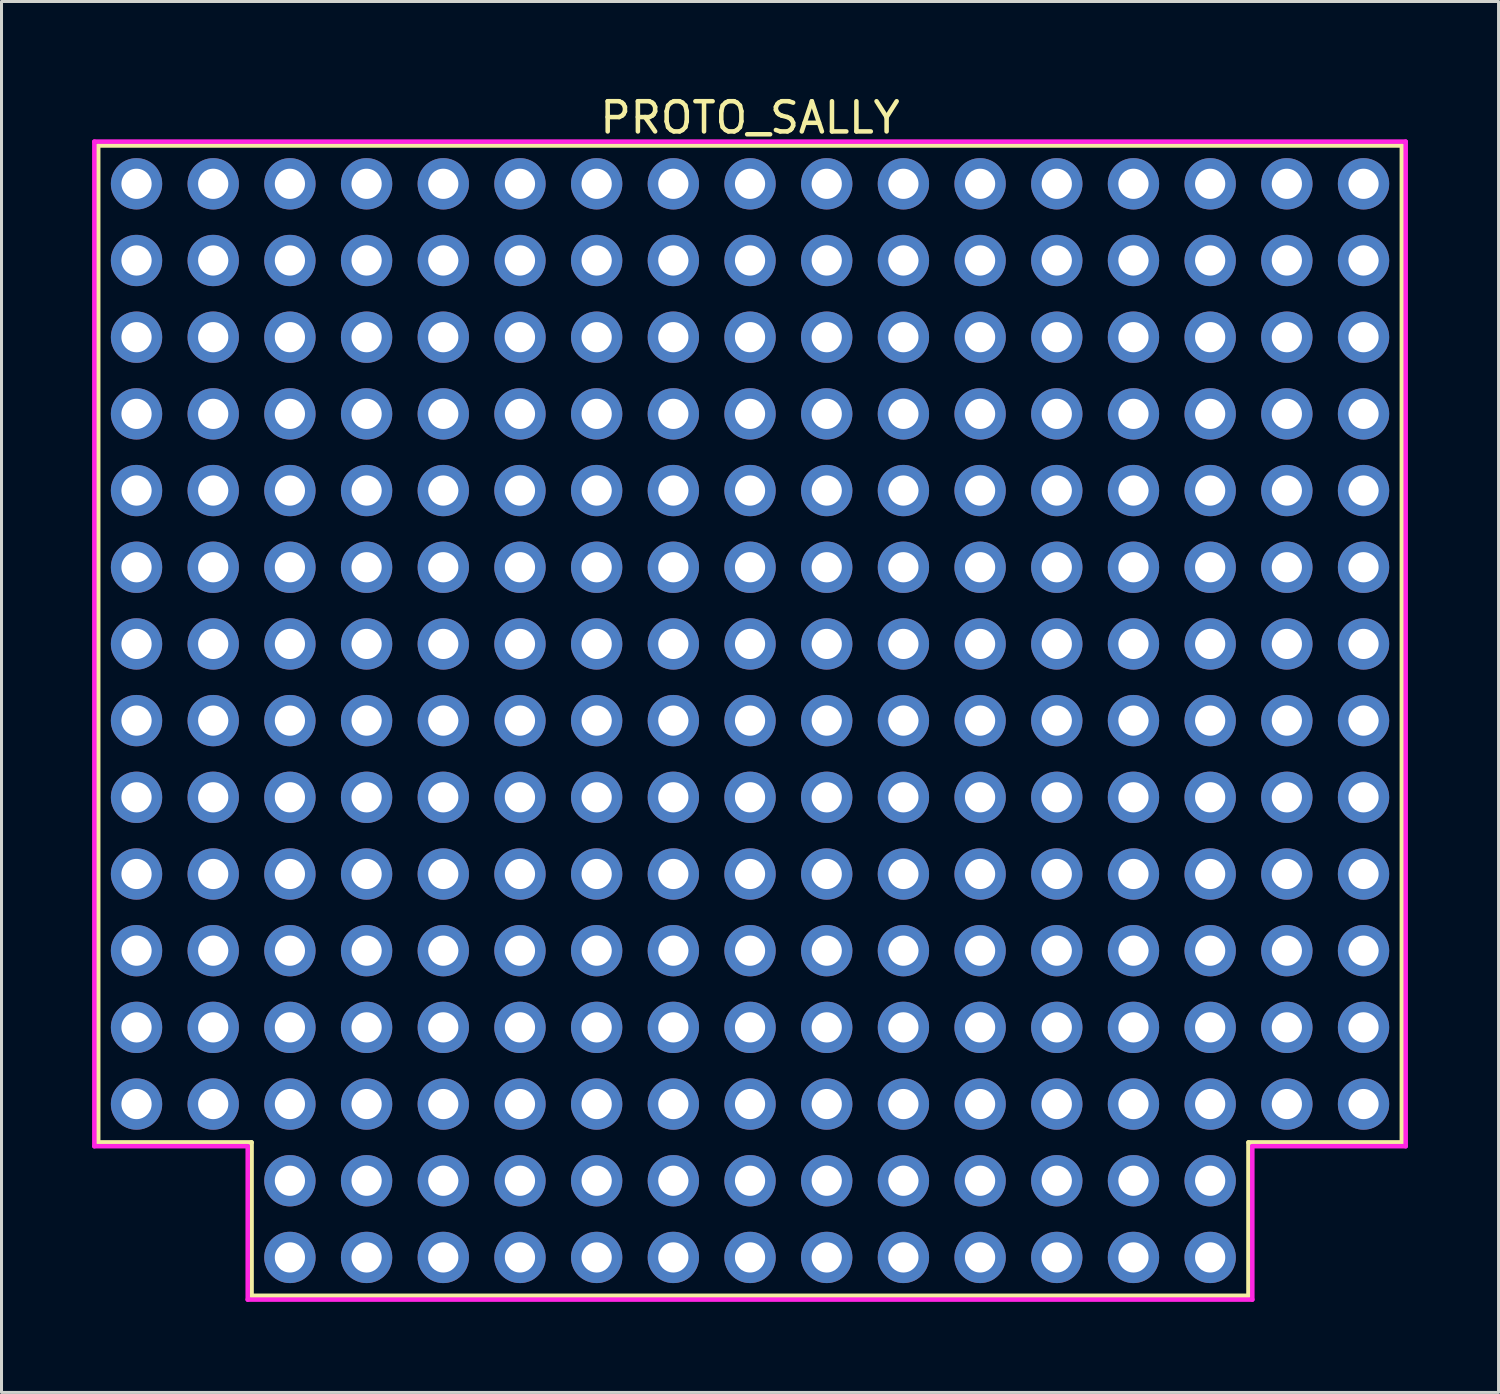
<source format=kicad_pcb>
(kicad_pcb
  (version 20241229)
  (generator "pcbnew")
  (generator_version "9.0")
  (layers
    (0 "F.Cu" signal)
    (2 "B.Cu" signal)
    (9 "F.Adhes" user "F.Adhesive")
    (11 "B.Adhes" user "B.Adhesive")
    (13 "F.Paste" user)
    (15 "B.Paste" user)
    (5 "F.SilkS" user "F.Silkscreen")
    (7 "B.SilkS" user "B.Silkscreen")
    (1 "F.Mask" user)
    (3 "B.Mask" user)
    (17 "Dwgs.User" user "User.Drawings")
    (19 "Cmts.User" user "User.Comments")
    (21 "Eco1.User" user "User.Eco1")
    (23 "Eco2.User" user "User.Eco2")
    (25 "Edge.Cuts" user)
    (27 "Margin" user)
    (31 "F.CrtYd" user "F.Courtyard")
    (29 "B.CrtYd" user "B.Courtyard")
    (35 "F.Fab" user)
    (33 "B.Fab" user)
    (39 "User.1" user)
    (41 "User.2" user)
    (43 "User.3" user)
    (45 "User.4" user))
  (footprint "PROTO_SALLY"
    (layer "F.Cu")
    (at 21.792 20.818)
    (property "Reference" "PROTO_SALLY" (at 0 -19.97 180) (layer "F.SilkS") (effects (font (size 1 1) (thickness 0.15))))
    (attr through_hole)
    (fp_line (start -21.59 -19.05) (end 21.59 -19.05) (stroke (width 0.15) (type solid)) (layer "F.SilkS"))
    (fp_line (start -21.59 13.97) (end -21.59 -19.05) (stroke (width 0.15) (type solid)) (layer "F.SilkS"))
    (fp_line (start -16.51 13.97) (end -21.59 13.97) (stroke (width 0.15) (type solid)) (layer "F.SilkS"))
    (fp_line (start -16.51 19.05) (end -16.51 13.97) (stroke (width 0.15) (type solid)) (layer "F.SilkS"))
    (fp_line (start 16.51 13.97) (end 16.51 19.05) (stroke (width 0.15) (type solid)) (layer "F.SilkS"))
    (fp_line (start 16.51 19.05) (end -16.51 19.05) (stroke (width 0.15) (type solid)) (layer "F.SilkS"))
    (fp_line (start 21.59 -19.05) (end 21.59 13.97) (stroke (width 0.15) (type solid)) (layer "F.SilkS"))
    (fp_line (start 21.59 13.97) (end 16.51 13.97) (stroke (width 0.15) (type solid)) (layer "F.SilkS"))
    (fp_line (start -21.717 -19.177) (end 21.717 -19.177) (stroke (width 0.15) (type solid)) (layer "F.CrtYd"))
    (fp_line (start -21.717 14.097) (end -21.717 -19.177) (stroke (width 0.15) (type solid)) (layer "F.CrtYd"))
    (fp_line (start -16.637 14.097) (end -21.717 14.097) (stroke (width 0.15) (type solid)) (layer "F.CrtYd"))
    (fp_line (start -16.637 19.177) (end -16.637 14.097) (stroke (width 0.15) (type solid)) (layer "F.CrtYd"))
    (fp_line (start 16.637 14.097) (end 16.637 19.177) (stroke (width 0.15) (type solid)) (layer "F.CrtYd"))
    (fp_line (start 16.637 19.177) (end -16.637 19.177) (stroke (width 0.15) (type solid)) (layer "F.CrtYd"))
    (fp_line (start 21.717 -19.177) (end 21.717 14.097) (stroke (width 0.15) (type solid)) (layer "F.CrtYd"))
    (fp_line (start 21.717 14.097) (end 16.637 14.097) (stroke (width 0.15) (type solid)) (layer "F.CrtYd"))
    (pad "" thru_hole circle (at -20.32 -5.08) (size 1.7 1.7) (drill 1) (layers "*.Cu" "*.Mask"))
    (pad "" thru_hole circle (at -20.32 -2.54) (size 1.7 1.7) (drill 1) (layers "*.Cu" "*.Mask"))
    (pad "" thru_hole circle (at -20.32 0) (size 1.7 1.7) (drill 1) (layers "*.Cu" "*.Mask"))
    (pad "" thru_hole circle (at -20.32 2.54) (size 1.7 1.7) (drill 1) (layers "*.Cu" "*.Mask"))
    (pad "" thru_hole circle (at -20.32 5.08) (size 1.7 1.7) (drill 1) (layers "*.Cu" "*.Mask"))
    (pad "" thru_hole circle (at -20.32 7.62) (size 1.7 1.7) (drill 1) (layers "*.Cu" "*.Mask"))
    (pad "" thru_hole circle (at -20.32 10.16) (size 1.7 1.7) (drill 1) (layers "*.Cu" "*.Mask"))
    (pad "" thru_hole circle (at -20.32 12.7) (size 1.7 1.7) (drill 1) (layers "*.Cu" "*.Mask"))
    (pad "" thru_hole circle (at -17.78 -15.24) (size 1.7 1.7) (drill 1) (layers "*.Cu" "*.Mask"))
    (pad "" thru_hole circle (at -17.78 -12.7) (size 1.7 1.7) (drill 1) (layers "*.Cu" "*.Mask"))
    (pad "" thru_hole circle (at -17.78 -10.16) (size 1.7 1.7) (drill 1) (layers "*.Cu" "*.Mask"))
    (pad "" thru_hole circle (at -17.78 -7.62) (size 1.7 1.7) (drill 1) (layers "*.Cu" "*.Mask"))
    (pad "" thru_hole circle (at -17.78 -5.08) (size 1.7 1.7) (drill 1) (layers "*.Cu" "*.Mask"))
    (pad "" thru_hole circle (at -17.78 -2.54) (size 1.7 1.7) (drill 1) (layers "*.Cu" "*.Mask"))
    (pad "" thru_hole circle (at -17.78 0) (size 1.7 1.7) (drill 1) (layers "*.Cu" "*.Mask"))
    (pad "" thru_hole circle (at -17.78 2.54) (size 1.7 1.7) (drill 1) (layers "*.Cu" "*.Mask"))
    (pad "" thru_hole circle (at -17.78 5.08) (size 1.7 1.7) (drill 1) (layers "*.Cu" "*.Mask"))
    (pad "" thru_hole circle (at -17.78 7.62) (size 1.7 1.7) (drill 1) (layers "*.Cu" "*.Mask"))
    (pad "" thru_hole circle (at -17.78 10.16) (size 1.7 1.7) (drill 1) (layers "*.Cu" "*.Mask"))
    (pad "" thru_hole circle (at -17.78 12.7) (size 1.7 1.7) (drill 1) (layers "*.Cu" "*.Mask"))
    (pad "" thru_hole circle (at -15.24 -15.24) (size 1.7 1.7) (drill 1) (layers "*.Cu" "*.Mask"))
    (pad "" thru_hole circle (at -15.24 -12.7) (size 1.7 1.7) (drill 1) (layers "*.Cu" "*.Mask"))
    (pad "" thru_hole circle (at -15.24 -10.16) (size 1.7 1.7) (drill 1) (layers "*.Cu" "*.Mask"))
    (pad "" thru_hole circle (at -15.24 -7.62) (size 1.7 1.7) (drill 1) (layers "*.Cu" "*.Mask"))
    (pad "" thru_hole circle (at -15.24 -5.08) (size 1.7 1.7) (drill 1) (layers "*.Cu" "*.Mask"))
    (pad "" thru_hole circle (at -15.24 -2.54) (size 1.7 1.7) (drill 1) (layers "*.Cu" "*.Mask"))
    (pad "" thru_hole circle (at -15.24 0) (size 1.7 1.7) (drill 1) (layers "*.Cu" "*.Mask"))
    (pad "" thru_hole circle (at -15.24 2.54) (size 1.7 1.7) (drill 1) (layers "*.Cu" "*.Mask"))
    (pad "" thru_hole circle (at -15.24 5.08) (size 1.7 1.7) (drill 1) (layers "*.Cu" "*.Mask"))
    (pad "" thru_hole circle (at -15.24 7.62) (size 1.7 1.7) (drill 1) (layers "*.Cu" "*.Mask"))
    (pad "" thru_hole circle (at -15.24 10.16) (size 1.7 1.7) (drill 1) (layers "*.Cu" "*.Mask"))
    (pad "" thru_hole circle (at -15.24 12.7) (size 1.7 1.7) (drill 1) (layers "*.Cu" "*.Mask"))
    (pad "" thru_hole circle (at -15.24 15.24) (size 1.7 1.7) (drill 1) (layers "*.Cu" "*.Mask"))
    (pad "" thru_hole circle (at -15.24 17.78) (size 1.7 1.7) (drill 1) (layers "*.Cu" "*.Mask"))
    (pad "" thru_hole circle (at -12.7 -15.24) (size 1.7 1.7) (drill 1) (layers "*.Cu" "*.Mask"))
    (pad "" thru_hole circle (at -12.7 -12.7) (size 1.7 1.7) (drill 1) (layers "*.Cu" "*.Mask"))
    (pad "" thru_hole circle (at -12.7 -10.16) (size 1.7 1.7) (drill 1) (layers "*.Cu" "*.Mask"))
    (pad "" thru_hole circle (at -12.7 -7.62) (size 1.7 1.7) (drill 1) (layers "*.Cu" "*.Mask"))
    (pad "" thru_hole circle (at -12.7 -5.08) (size 1.7 1.7) (drill 1) (layers "*.Cu" "*.Mask"))
    (pad "" thru_hole circle (at -12.7 -2.54) (size 1.7 1.7) (drill 1) (layers "*.Cu" "*.Mask"))
    (pad "" thru_hole circle (at -12.7 0) (size 1.7 1.7) (drill 1) (layers "*.Cu" "*.Mask"))
    (pad "" thru_hole circle (at -12.7 2.54) (size 1.7 1.7) (drill 1) (layers "*.Cu" "*.Mask"))
    (pad "" thru_hole circle (at -12.7 5.08) (size 1.7 1.7) (drill 1) (layers "*.Cu" "*.Mask"))
    (pad "" thru_hole circle (at -12.7 7.62) (size 1.7 1.7) (drill 1) (layers "*.Cu" "*.Mask"))
    (pad "" thru_hole circle (at -12.7 10.16) (size 1.7 1.7) (drill 1) (layers "*.Cu" "*.Mask"))
    (pad "" thru_hole circle (at -12.7 12.7) (size 1.7 1.7) (drill 1) (layers "*.Cu" "*.Mask"))
    (pad "" thru_hole circle (at -12.7 15.24) (size 1.7 1.7) (drill 1) (layers "*.Cu" "*.Mask"))
    (pad "" thru_hole circle (at -12.7 17.78) (size 1.7 1.7) (drill 1) (layers "*.Cu" "*.Mask"))
    (pad "" thru_hole circle (at -10.16 -15.24) (size 1.7 1.7) (drill 1) (layers "*.Cu" "*.Mask"))
    (pad "" thru_hole circle (at -10.16 -12.7) (size 1.7 1.7) (drill 1) (layers "*.Cu" "*.Mask"))
    (pad "" thru_hole circle (at -10.16 -10.16) (size 1.7 1.7) (drill 1) (layers "*.Cu" "*.Mask"))
    (pad "" thru_hole circle (at -10.16 -7.62) (size 1.7 1.7) (drill 1) (layers "*.Cu" "*.Mask"))
    (pad "" thru_hole circle (at -10.16 -5.08) (size 1.7 1.7) (drill 1) (layers "*.Cu" "*.Mask"))
    (pad "" thru_hole circle (at -10.16 -2.54) (size 1.7 1.7) (drill 1) (layers "*.Cu" "*.Mask"))
    (pad "" thru_hole circle (at -10.16 0) (size 1.7 1.7) (drill 1) (layers "*.Cu" "*.Mask"))
    (pad "" thru_hole circle (at -10.16 2.54) (size 1.7 1.7) (drill 1) (layers "*.Cu" "*.Mask"))
    (pad "" thru_hole circle (at -10.16 5.08) (size 1.7 1.7) (drill 1) (layers "*.Cu" "*.Mask"))
    (pad "" thru_hole circle (at -10.16 7.62) (size 1.7 1.7) (drill 1) (layers "*.Cu" "*.Mask"))
    (pad "" thru_hole circle (at -10.16 10.16) (size 1.7 1.7) (drill 1) (layers "*.Cu" "*.Mask"))
    (pad "" thru_hole circle (at -10.16 12.7) (size 1.7 1.7) (drill 1) (layers "*.Cu" "*.Mask"))
    (pad "" thru_hole circle (at -10.16 15.24) (size 1.7 1.7) (drill 1) (layers "*.Cu" "*.Mask"))
    (pad "" thru_hole circle (at -10.16 17.78) (size 1.7 1.7) (drill 1) (layers "*.Cu" "*.Mask"))
    (pad "" thru_hole circle (at -7.62 -15.24) (size 1.7 1.7) (drill 1) (layers "*.Cu" "*.Mask"))
    (pad "" thru_hole circle (at -7.62 -12.7) (size 1.7 1.7) (drill 1) (layers "*.Cu" "*.Mask"))
    (pad "" thru_hole circle (at -7.62 -10.16) (size 1.7 1.7) (drill 1) (layers "*.Cu" "*.Mask"))
    (pad "" thru_hole circle (at -7.62 -7.62) (size 1.7 1.7) (drill 1) (layers "*.Cu" "*.Mask"))
    (pad "" thru_hole circle (at -7.62 -5.08) (size 1.7 1.7) (drill 1) (layers "*.Cu" "*.Mask"))
    (pad "" thru_hole circle (at -7.62 -2.54) (size 1.7 1.7) (drill 1) (layers "*.Cu" "*.Mask"))
    (pad "" thru_hole circle (at -7.62 0) (size 1.7 1.7) (drill 1) (layers "*.Cu" "*.Mask"))
    (pad "" thru_hole circle (at -7.62 2.54) (size 1.7 1.7) (drill 1) (layers "*.Cu" "*.Mask"))
    (pad "" thru_hole circle (at -7.62 5.08) (size 1.7 1.7) (drill 1) (layers "*.Cu" "*.Mask"))
    (pad "" thru_hole circle (at -7.62 7.62) (size 1.7 1.7) (drill 1) (layers "*.Cu" "*.Mask"))
    (pad "" thru_hole circle (at -7.62 10.16) (size 1.7 1.7) (drill 1) (layers "*.Cu" "*.Mask"))
    (pad "" thru_hole circle (at -7.62 12.7) (size 1.7 1.7) (drill 1) (layers "*.Cu" "*.Mask"))
    (pad "" thru_hole circle (at -7.62 15.24) (size 1.7 1.7) (drill 1) (layers "*.Cu" "*.Mask"))
    (pad "" thru_hole circle (at -7.62 17.78) (size 1.7 1.7) (drill 1) (layers "*.Cu" "*.Mask"))
    (pad "" thru_hole circle (at -5.08 -15.24) (size 1.7 1.7) (drill 1) (layers "*.Cu" "*.Mask"))
    (pad "" thru_hole circle (at -5.08 -12.7) (size 1.7 1.7) (drill 1) (layers "*.Cu" "*.Mask"))
    (pad "" thru_hole circle (at -5.08 -10.16) (size 1.7 1.7) (drill 1) (layers "*.Cu" "*.Mask"))
    (pad "" thru_hole circle (at -5.08 -7.62) (size 1.7 1.7) (drill 1) (layers "*.Cu" "*.Mask"))
    (pad "" thru_hole circle (at -5.08 -5.08) (size 1.7 1.7) (drill 1) (layers "*.Cu" "*.Mask"))
    (pad "" thru_hole circle (at -5.08 -2.54) (size 1.7 1.7) (drill 1) (layers "*.Cu" "*.Mask"))
    (pad "" thru_hole circle (at -5.08 0) (size 1.7 1.7) (drill 1) (layers "*.Cu" "*.Mask"))
    (pad "" thru_hole circle (at -5.08 2.54) (size 1.7 1.7) (drill 1) (layers "*.Cu" "*.Mask"))
    (pad "" thru_hole circle (at -5.08 5.08) (size 1.7 1.7) (drill 1) (layers "*.Cu" "*.Mask"))
    (pad "" thru_hole circle (at -5.08 7.62) (size 1.7 1.7) (drill 1) (layers "*.Cu" "*.Mask"))
    (pad "" thru_hole circle (at -5.08 10.16) (size 1.7 1.7) (drill 1) (layers "*.Cu" "*.Mask"))
    (pad "" thru_hole circle (at -5.08 12.7) (size 1.7 1.7) (drill 1) (layers "*.Cu" "*.Mask"))
    (pad "" thru_hole circle (at -5.08 15.24) (size 1.7 1.7) (drill 1) (layers "*.Cu" "*.Mask"))
    (pad "" thru_hole circle (at -5.08 17.78) (size 1.7 1.7) (drill 1) (layers "*.Cu" "*.Mask"))
    (pad "" thru_hole circle (at -2.54 -15.24) (size 1.7 1.7) (drill 1) (layers "*.Cu" "*.Mask"))
    (pad "" thru_hole circle (at -2.54 -12.7) (size 1.7 1.7) (drill 1) (layers "*.Cu" "*.Mask"))
    (pad "" thru_hole circle (at -2.54 -10.16) (size 1.7 1.7) (drill 1) (layers "*.Cu" "*.Mask"))
    (pad "" thru_hole circle (at -2.54 -7.62) (size 1.7 1.7) (drill 1) (layers "*.Cu" "*.Mask"))
    (pad "" thru_hole circle (at -2.54 -5.08) (size 1.7 1.7) (drill 1) (layers "*.Cu" "*.Mask"))
    (pad "" thru_hole circle (at -2.54 -2.54) (size 1.7 1.7) (drill 1) (layers "*.Cu" "*.Mask"))
    (pad "" thru_hole circle (at -2.54 0) (size 1.7 1.7) (drill 1) (layers "*.Cu" "*.Mask"))
    (pad "" thru_hole circle (at -2.54 2.54) (size 1.7 1.7) (drill 1) (layers "*.Cu" "*.Mask"))
    (pad "" thru_hole circle (at -2.54 5.08) (size 1.7 1.7) (drill 1) (layers "*.Cu" "*.Mask"))
    (pad "" thru_hole circle (at -2.54 7.62) (size 1.7 1.7) (drill 1) (layers "*.Cu" "*.Mask"))
    (pad "" thru_hole circle (at -2.54 10.16) (size 1.7 1.7) (drill 1) (layers "*.Cu" "*.Mask"))
    (pad "" thru_hole circle (at -2.54 12.7) (size 1.7 1.7) (drill 1) (layers "*.Cu" "*.Mask"))
    (pad "" thru_hole circle (at -2.54 15.24) (size 1.7 1.7) (drill 1) (layers "*.Cu" "*.Mask"))
    (pad "" thru_hole circle (at -2.54 17.78) (size 1.7 1.7) (drill 1) (layers "*.Cu" "*.Mask"))
    (pad "" thru_hole circle (at 0 -15.24) (size 1.7 1.7) (drill 1) (layers "*.Cu" "*.Mask"))
    (pad "" thru_hole circle (at 0 -12.7) (size 1.7 1.7) (drill 1) (layers "*.Cu" "*.Mask"))
    (pad "" thru_hole circle (at 0 -10.16) (size 1.7 1.7) (drill 1) (layers "*.Cu" "*.Mask"))
    (pad "" thru_hole circle (at 0 -7.62) (size 1.7 1.7) (drill 1) (layers "*.Cu" "*.Mask"))
    (pad "" thru_hole circle (at 0 -5.08) (size 1.7 1.7) (drill 1) (layers "*.Cu" "*.Mask"))
    (pad "" thru_hole circle (at 0 -2.54) (size 1.7 1.7) (drill 1) (layers "*.Cu" "*.Mask"))
    (pad "" thru_hole circle (at 0 0) (size 1.7 1.7) (drill 1) (layers "*.Cu" "*.Mask"))
    (pad "" thru_hole circle (at 0 2.54) (size 1.7 1.7) (drill 1) (layers "*.Cu" "*.Mask"))
    (pad "" thru_hole circle (at 0 5.08) (size 1.7 1.7) (drill 1) (layers "*.Cu" "*.Mask"))
    (pad "" thru_hole circle (at 0 7.62) (size 1.7 1.7) (drill 1) (layers "*.Cu" "*.Mask"))
    (pad "" thru_hole circle (at 0 10.16) (size 1.7 1.7) (drill 1) (layers "*.Cu" "*.Mask"))
    (pad "" thru_hole circle (at 0 12.7) (size 1.7 1.7) (drill 1) (layers "*.Cu" "*.Mask"))
    (pad "" thru_hole circle (at 0 15.24) (size 1.7 1.7) (drill 1) (layers "*.Cu" "*.Mask"))
    (pad "" thru_hole circle (at 0 17.78) (size 1.7 1.7) (drill 1) (layers "*.Cu" "*.Mask"))
    (pad "" thru_hole circle (at 2.54 -15.24) (size 1.7 1.7) (drill 1) (layers "*.Cu" "*.Mask"))
    (pad "" thru_hole circle (at 2.54 -12.7) (size 1.7 1.7) (drill 1) (layers "*.Cu" "*.Mask"))
    (pad "" thru_hole circle (at 2.54 -10.16) (size 1.7 1.7) (drill 1) (layers "*.Cu" "*.Mask"))
    (pad "" thru_hole circle (at 2.54 -7.62) (size 1.7 1.7) (drill 1) (layers "*.Cu" "*.Mask"))
    (pad "" thru_hole circle (at 2.54 -5.08) (size 1.7 1.7) (drill 1) (layers "*.Cu" "*.Mask"))
    (pad "" thru_hole circle (at 2.54 -2.54) (size 1.7 1.7) (drill 1) (layers "*.Cu" "*.Mask"))
    (pad "" thru_hole circle (at 2.54 0) (size 1.7 1.7) (drill 1) (layers "*.Cu" "*.Mask"))
    (pad "" thru_hole circle (at 2.54 2.54) (size 1.7 1.7) (drill 1) (layers "*.Cu" "*.Mask"))
    (pad "" thru_hole circle (at 2.54 5.08) (size 1.7 1.7) (drill 1) (layers "*.Cu" "*.Mask"))
    (pad "" thru_hole circle (at 2.54 7.62) (size 1.7 1.7) (drill 1) (layers "*.Cu" "*.Mask"))
    (pad "" thru_hole circle (at 2.54 10.16) (size 1.7 1.7) (drill 1) (layers "*.Cu" "*.Mask"))
    (pad "" thru_hole circle (at 2.54 12.7) (size 1.7 1.7) (drill 1) (layers "*.Cu" "*.Mask"))
    (pad "" thru_hole circle (at 2.54 15.24) (size 1.7 1.7) (drill 1) (layers "*.Cu" "*.Mask"))
    (pad "" thru_hole circle (at 2.54 17.78) (size 1.7 1.7) (drill 1) (layers "*.Cu" "*.Mask"))
    (pad "" thru_hole circle (at 5.08 -15.24) (size 1.7 1.7) (drill 1) (layers "*.Cu" "*.Mask"))
    (pad "" thru_hole circle (at 5.08 -12.7) (size 1.7 1.7) (drill 1) (layers "*.Cu" "*.Mask"))
    (pad "" thru_hole circle (at 5.08 -10.16) (size 1.7 1.7) (drill 1) (layers "*.Cu" "*.Mask"))
    (pad "" thru_hole circle (at 5.08 -7.62) (size 1.7 1.7) (drill 1) (layers "*.Cu" "*.Mask"))
    (pad "" thru_hole circle (at 5.08 -5.08) (size 1.7 1.7) (drill 1) (layers "*.Cu" "*.Mask"))
    (pad "" thru_hole circle (at 5.08 -2.54) (size 1.7 1.7) (drill 1) (layers "*.Cu" "*.Mask"))
    (pad "" thru_hole circle (at 5.08 0) (size 1.7 1.7) (drill 1) (layers "*.Cu" "*.Mask"))
    (pad "" thru_hole circle (at 5.08 2.54) (size 1.7 1.7) (drill 1) (layers "*.Cu" "*.Mask"))
    (pad "" thru_hole circle (at 5.08 5.08) (size 1.7 1.7) (drill 1) (layers "*.Cu" "*.Mask"))
    (pad "" thru_hole circle (at 5.08 7.62) (size 1.7 1.7) (drill 1) (layers "*.Cu" "*.Mask"))
    (pad "" thru_hole circle (at 5.08 10.16) (size 1.7 1.7) (drill 1) (layers "*.Cu" "*.Mask"))
    (pad "" thru_hole circle (at 5.08 12.7) (size 1.7 1.7) (drill 1) (layers "*.Cu" "*.Mask"))
    (pad "" thru_hole circle (at 5.08 15.24) (size 1.7 1.7) (drill 1) (layers "*.Cu" "*.Mask"))
    (pad "" thru_hole circle (at 5.08 17.78) (size 1.7 1.7) (drill 1) (layers "*.Cu" "*.Mask"))
    (pad "" thru_hole circle (at 7.62 -15.24) (size 1.7 1.7) (drill 1) (layers "*.Cu" "*.Mask"))
    (pad "" thru_hole circle (at 7.62 -12.7) (size 1.7 1.7) (drill 1) (layers "*.Cu" "*.Mask"))
    (pad "" thru_hole circle (at 7.62 -10.16) (size 1.7 1.7) (drill 1) (layers "*.Cu" "*.Mask"))
    (pad "" thru_hole circle (at 7.62 -7.62) (size 1.7 1.7) (drill 1) (layers "*.Cu" "*.Mask"))
    (pad "" thru_hole circle (at 7.62 -5.08) (size 1.7 1.7) (drill 1) (layers "*.Cu" "*.Mask"))
    (pad "" thru_hole circle (at 7.62 -2.54) (size 1.7 1.7) (drill 1) (layers "*.Cu" "*.Mask"))
    (pad "" thru_hole circle (at 7.62 0) (size 1.7 1.7) (drill 1) (layers "*.Cu" "*.Mask"))
    (pad "" thru_hole circle (at 7.62 2.54) (size 1.7 1.7) (drill 1) (layers "*.Cu" "*.Mask"))
    (pad "" thru_hole circle (at 7.62 5.08) (size 1.7 1.7) (drill 1) (layers "*.Cu" "*.Mask"))
    (pad "" thru_hole circle (at 7.62 7.62) (size 1.7 1.7) (drill 1) (layers "*.Cu" "*.Mask"))
    (pad "" thru_hole circle (at 7.62 10.16) (size 1.7 1.7) (drill 1) (layers "*.Cu" "*.Mask"))
    (pad "" thru_hole circle (at 7.62 12.7) (size 1.7 1.7) (drill 1) (layers "*.Cu" "*.Mask"))
    (pad "" thru_hole circle (at 7.62 15.24) (size 1.7 1.7) (drill 1) (layers "*.Cu" "*.Mask"))
    (pad "" thru_hole circle (at 7.62 17.78) (size 1.7 1.7) (drill 1) (layers "*.Cu" "*.Mask"))
    (pad "" thru_hole circle (at 10.16 -15.24) (size 1.7 1.7) (drill 1) (layers "*.Cu" "*.Mask"))
    (pad "" thru_hole circle (at 10.16 -12.7) (size 1.7 1.7) (drill 1) (layers "*.Cu" "*.Mask"))
    (pad "" thru_hole circle (at 10.16 -10.16) (size 1.7 1.7) (drill 1) (layers "*.Cu" "*.Mask"))
    (pad "" thru_hole circle (at 10.16 -7.62) (size 1.7 1.7) (drill 1) (layers "*.Cu" "*.Mask"))
    (pad "" thru_hole circle (at 10.16 -5.08) (size 1.7 1.7) (drill 1) (layers "*.Cu" "*.Mask"))
    (pad "" thru_hole circle (at 10.16 -2.54) (size 1.7 1.7) (drill 1) (layers "*.Cu" "*.Mask"))
    (pad "" thru_hole circle (at 10.16 0) (size 1.7 1.7) (drill 1) (layers "*.Cu" "*.Mask"))
    (pad "" thru_hole circle (at 10.16 2.54) (size 1.7 1.7) (drill 1) (layers "*.Cu" "*.Mask"))
    (pad "" thru_hole circle (at 10.16 5.08) (size 1.7 1.7) (drill 1) (layers "*.Cu" "*.Mask"))
    (pad "" thru_hole circle (at 10.16 7.62) (size 1.7 1.7) (drill 1) (layers "*.Cu" "*.Mask"))
    (pad "" thru_hole circle (at 10.16 10.16) (size 1.7 1.7) (drill 1) (layers "*.Cu" "*.Mask"))
    (pad "" thru_hole circle (at 10.16 12.7) (size 1.7 1.7) (drill 1) (layers "*.Cu" "*.Mask"))
    (pad "" thru_hole circle (at 10.16 15.24) (size 1.7 1.7) (drill 1) (layers "*.Cu" "*.Mask"))
    (pad "" thru_hole circle (at 10.16 17.78) (size 1.7 1.7) (drill 1) (layers "*.Cu" "*.Mask"))
    (pad "" thru_hole circle (at 12.7 -15.24) (size 1.7 1.7) (drill 1) (layers "*.Cu" "*.Mask"))
    (pad "" thru_hole circle (at 12.7 -12.7) (size 1.7 1.7) (drill 1) (layers "*.Cu" "*.Mask"))
    (pad "" thru_hole circle (at 12.7 -10.16) (size 1.7 1.7) (drill 1) (layers "*.Cu" "*.Mask"))
    (pad "" thru_hole circle (at 12.7 -7.62) (size 1.7 1.7) (drill 1) (layers "*.Cu" "*.Mask"))
    (pad "" thru_hole circle (at 12.7 -5.08) (size 1.7 1.7) (drill 1) (layers "*.Cu" "*.Mask"))
    (pad "" thru_hole circle (at 12.7 -2.54) (size 1.7 1.7) (drill 1) (layers "*.Cu" "*.Mask"))
    (pad "" thru_hole circle (at 12.7 0) (size 1.7 1.7) (drill 1) (layers "*.Cu" "*.Mask"))
    (pad "" thru_hole circle (at 12.7 2.54) (size 1.7 1.7) (drill 1) (layers "*.Cu" "*.Mask"))
    (pad "" thru_hole circle (at 12.7 5.08) (size 1.7 1.7) (drill 1) (layers "*.Cu" "*.Mask"))
    (pad "" thru_hole circle (at 12.7 7.62) (size 1.7 1.7) (drill 1) (layers "*.Cu" "*.Mask"))
    (pad "" thru_hole circle (at 12.7 10.16) (size 1.7 1.7) (drill 1) (layers "*.Cu" "*.Mask"))
    (pad "" thru_hole circle (at 12.7 12.7) (size 1.7 1.7) (drill 1) (layers "*.Cu" "*.Mask"))
    (pad "" thru_hole circle (at 12.7 15.24) (size 1.7 1.7) (drill 1) (layers "*.Cu" "*.Mask"))
    (pad "" thru_hole circle (at 12.7 17.78) (size 1.7 1.7) (drill 1) (layers "*.Cu" "*.Mask"))
    (pad "" thru_hole circle (at 15.24 -15.24) (size 1.7 1.7) (drill 1) (layers "*.Cu" "*.Mask"))
    (pad "" thru_hole circle (at 15.24 -12.7) (size 1.7 1.7) (drill 1) (layers "*.Cu" "*.Mask"))
    (pad "" thru_hole circle (at 15.24 -10.16) (size 1.7 1.7) (drill 1) (layers "*.Cu" "*.Mask"))
    (pad "" thru_hole circle (at 15.24 -7.62) (size 1.7 1.7) (drill 1) (layers "*.Cu" "*.Mask"))
    (pad "" thru_hole circle (at 15.24 -5.08) (size 1.7 1.7) (drill 1) (layers "*.Cu" "*.Mask"))
    (pad "" thru_hole circle (at 15.24 -2.54) (size 1.7 1.7) (drill 1) (layers "*.Cu" "*.Mask"))
    (pad "" thru_hole circle (at 15.24 0) (size 1.7 1.7) (drill 1) (layers "*.Cu" "*.Mask"))
    (pad "" thru_hole circle (at 15.24 2.54) (size 1.7 1.7) (drill 1) (layers "*.Cu" "*.Mask"))
    (pad "" thru_hole circle (at 15.24 5.08) (size 1.7 1.7) (drill 1) (layers "*.Cu" "*.Mask"))
    (pad "" thru_hole circle (at 15.24 7.62) (size 1.7 1.7) (drill 1) (layers "*.Cu" "*.Mask"))
    (pad "" thru_hole circle (at 15.24 10.16) (size 1.7 1.7) (drill 1) (layers "*.Cu" "*.Mask"))
    (pad "" thru_hole circle (at 15.24 12.7 90) (size 1.7 1.7) (drill 1) (layers "*.Cu" "*.Mask"))
    (pad "" thru_hole circle (at 15.24 15.24 90) (size 1.7 1.7) (drill 1) (layers "*.Cu" "*.Mask"))
    (pad "" thru_hole circle (at 15.24 17.78 90) (size 1.7 1.7) (drill 1) (layers "*.Cu" "*.Mask"))
    (pad "" thru_hole circle (at 17.78 -15.24) (size 1.7 1.7) (drill 1) (layers "*.Cu" "*.Mask"))
    (pad "" thru_hole circle (at 17.78 -12.7) (size 1.7 1.7) (drill 1) (layers "*.Cu" "*.Mask"))
    (pad "" thru_hole circle (at 17.78 -10.16) (size 1.7 1.7) (drill 1) (layers "*.Cu" "*.Mask"))
    (pad "" thru_hole circle (at 17.78 -7.62) (size 1.7 1.7) (drill 1) (layers "*.Cu" "*.Mask"))
    (pad "" thru_hole circle (at 17.78 -5.08) (size 1.7 1.7) (drill 1) (layers "*.Cu" "*.Mask"))
    (pad "" thru_hole circle (at 17.78 -2.54) (size 1.7 1.7) (drill 1) (layers "*.Cu" "*.Mask"))
    (pad "" thru_hole circle (at 17.78 0) (size 1.7 1.7) (drill 1) (layers "*.Cu" "*.Mask"))
    (pad "" thru_hole circle (at 17.78 2.54) (size 1.7 1.7) (drill 1) (layers "*.Cu" "*.Mask"))
    (pad "" thru_hole circle (at 17.78 5.08) (size 1.7 1.7) (drill 1) (layers "*.Cu" "*.Mask"))
    (pad "" thru_hole circle (at 17.78 7.62) (size 1.7 1.7) (drill 1) (layers "*.Cu" "*.Mask"))
    (pad "" thru_hole circle (at 17.78 10.16) (size 1.7 1.7) (drill 1) (layers "*.Cu" "*.Mask"))
    (pad "" thru_hole circle (at 17.78 12.7 90) (size 1.7 1.7) (drill 1) (layers "*.Cu" "*.Mask"))
    (pad "" thru_hole circle (at 20.32 -5.08) (size 1.7 1.7) (drill 1) (layers "*.Cu" "*.Mask"))
    (pad "" thru_hole circle (at 20.32 -2.54) (size 1.7 1.7) (drill 1) (layers "*.Cu" "*.Mask"))
    (pad "" thru_hole circle (at 20.32 0) (size 1.7 1.7) (drill 1) (layers "*.Cu" "*.Mask"))
    (pad "" thru_hole circle (at 20.32 2.54) (size 1.7 1.7) (drill 1) (layers "*.Cu" "*.Mask"))
    (pad "" thru_hole circle (at 20.32 5.08) (size 1.7 1.7) (drill 1) (layers "*.Cu" "*.Mask"))
    (pad "" thru_hole circle (at 20.32 7.62) (size 1.7 1.7) (drill 1) (layers "*.Cu" "*.Mask"))
    (pad "" thru_hole circle (at 20.32 10.16) (size 1.7 1.7) (drill 1) (layers "*.Cu" "*.Mask"))
    (pad "" thru_hole circle (at 20.32 12.7 90) (size 1.7 1.7) (drill 1) (layers "*.Cu" "*.Mask"))
    (pad "1" thru_hole circle (at -20.32 -17.78) (size 1.7 1.7) (drill 1) (layers "*.Cu" "*.Mask"))
    (pad "1" thru_hole circle (at -20.32 -15.24) (size 1.7 1.7) (drill 1) (layers "*.Cu" "*.Mask"))
    (pad "1" thru_hole circle (at -20.32 -12.7) (size 1.7 1.7) (drill 1) (layers "*.Cu" "*.Mask"))
    (pad "1" thru_hole circle (at -20.32 -10.16) (size 1.7 1.7) (drill 1) (layers "*.Cu" "*.Mask"))
    (pad "1" thru_hole circle (at -20.32 -7.62) (size 1.7 1.7) (drill 1) (layers "*.Cu" "*.Mask"))
    (pad "2" thru_hole circle (at -17.78 -17.78) (size 1.7 1.7) (drill 1) (layers "*.Cu" "*.Mask"))
    (pad "3" thru_hole circle (at -15.24 -17.78) (size 1.7 1.7) (drill 1) (layers "*.Cu" "*.Mask"))
    (pad "4" thru_hole circle (at -12.7 -17.78) (size 1.7 1.7) (drill 1) (layers "*.Cu" "*.Mask"))
    (pad "5" thru_hole circle (at -10.16 -17.78) (size 1.7 1.7) (drill 1) (layers "*.Cu" "*.Mask"))
    (pad "6" thru_hole circle (at -7.62 -17.78) (size 1.7 1.7) (drill 1) (layers "*.Cu" "*.Mask"))
    (pad "7" thru_hole circle (at -5.08 -17.78) (size 1.7 1.7) (drill 1) (layers "*.Cu" "*.Mask"))
    (pad "8" thru_hole circle (at -2.54 -17.78) (size 1.7 1.7) (drill 1) (layers "*.Cu" "*.Mask"))
    (pad "9" thru_hole circle (at 0 -17.78) (size 1.7 1.7) (drill 1) (layers "*.Cu" "*.Mask"))
    (pad "10" thru_hole circle (at 2.54 -17.78) (size 1.7 1.7) (drill 1) (layers "*.Cu" "*.Mask"))
    (pad "11" thru_hole circle (at 5.08 -17.78) (size 1.7 1.7) (drill 1) (layers "*.Cu" "*.Mask"))
    (pad "12" thru_hole circle (at 7.62 -17.78) (size 1.7 1.7) (drill 1) (layers "*.Cu" "*.Mask"))
    (pad "13" thru_hole circle (at 10.16 -17.78) (size 1.7 1.7) (drill 1) (layers "*.Cu" "*.Mask"))
    (pad "14" thru_hole circle (at 12.7 -17.78) (size 1.7 1.7) (drill 1) (layers "*.Cu" "*.Mask"))
    (pad "15" thru_hole circle (at 15.24 -17.78) (size 1.7 1.7) (drill 1) (layers "*.Cu" "*.Mask"))
    (pad "16" thru_hole circle (at 17.78 -17.78) (size 1.7 1.7) (drill 1) (layers "*.Cu" "*.Mask"))
    (pad "17" thru_hole circle (at 20.32 -17.78) (size 1.7 1.7) (drill 1) (layers "*.Cu" "*.Mask"))
    (pad "17" thru_hole circle (at 20.32 -15.24) (size 1.7 1.7) (drill 1) (layers "*.Cu" "*.Mask"))
    (pad "17" thru_hole circle (at 20.32 -12.7) (size 1.7 1.7) (drill 1) (layers "*.Cu" "*.Mask"))
    (pad "17" thru_hole circle (at 20.32 -10.16) (size 1.7 1.7) (drill 1) (layers "*.Cu" "*.Mask"))
    (pad "17" thru_hole circle (at 20.32 -7.62) (size 1.7 1.7) (drill 1) (layers "*.Cu" "*.Mask")))
  (gr_rect
    (start -3 -3)
    (end 46.584 43.07)
    (stroke (width 0.1) (type default))
    (fill no)
    (layer "Edge.Cuts")))
</source>
